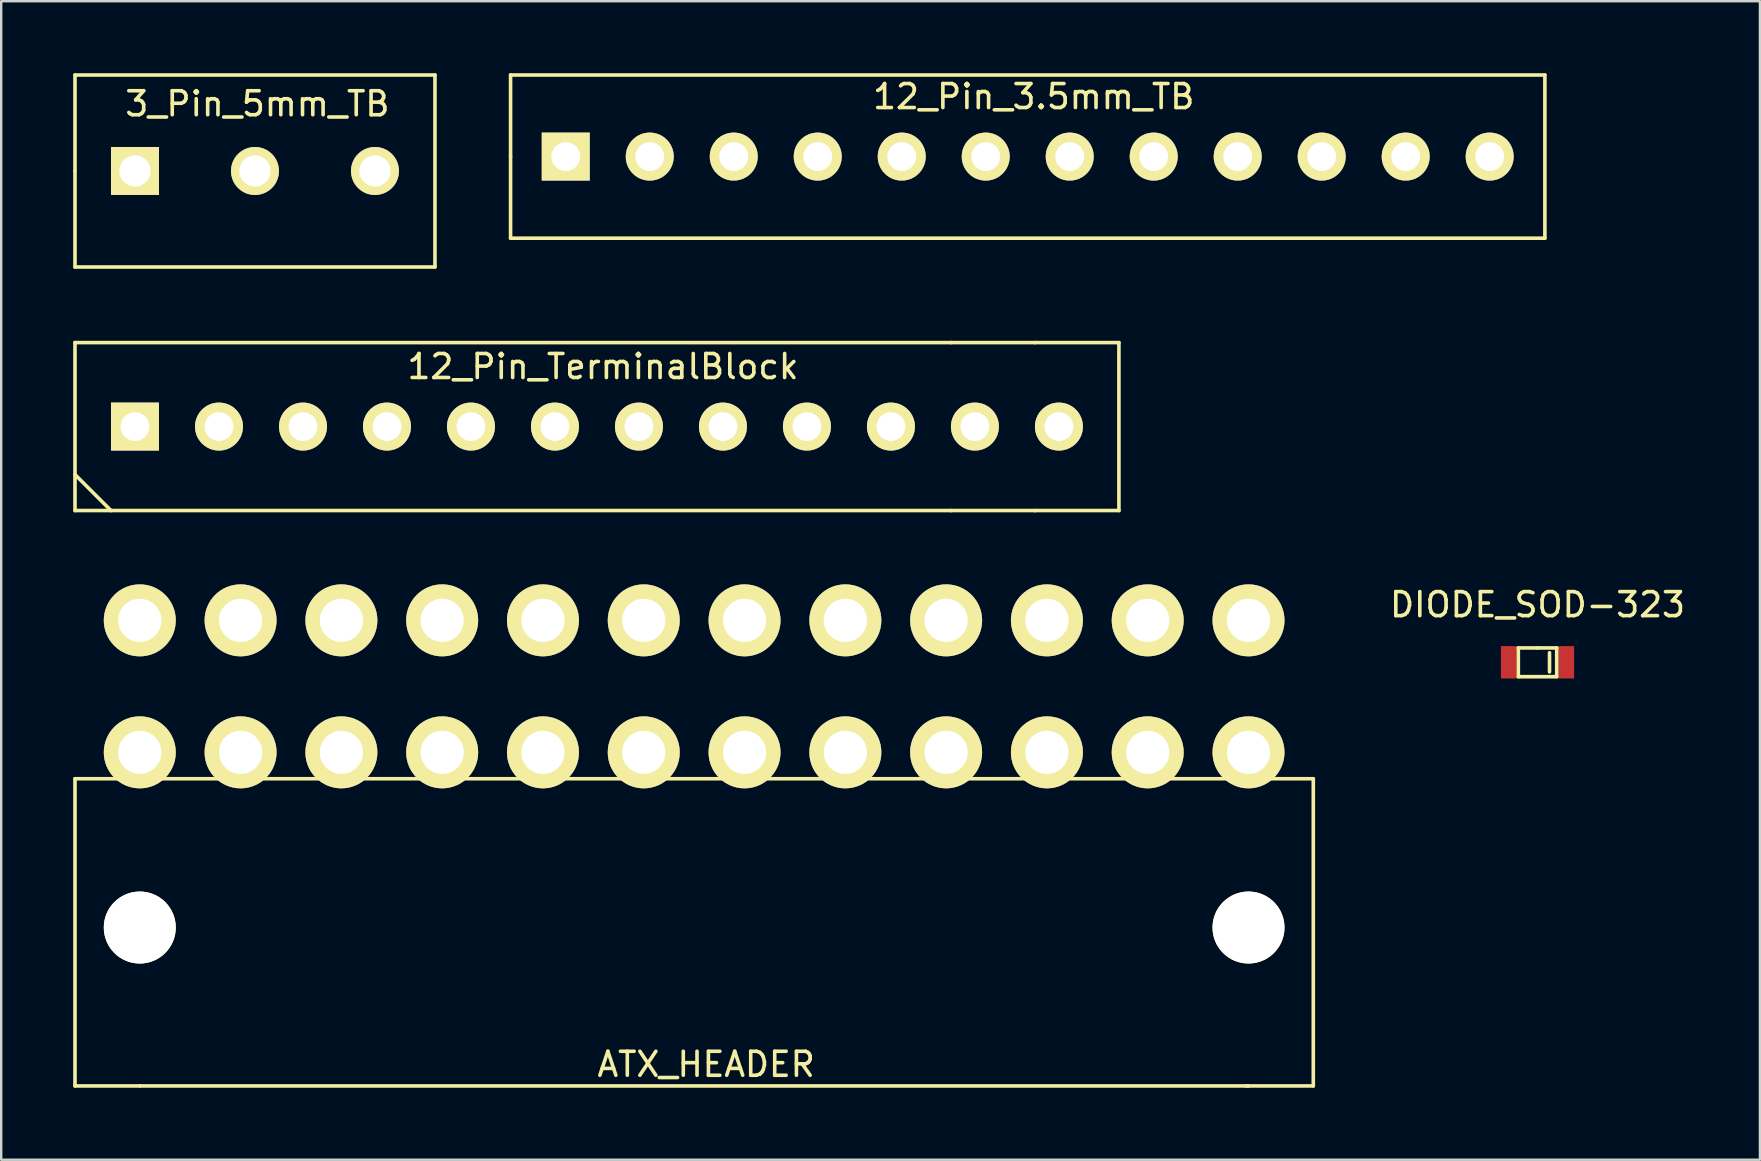
<source format=kicad_pcb>
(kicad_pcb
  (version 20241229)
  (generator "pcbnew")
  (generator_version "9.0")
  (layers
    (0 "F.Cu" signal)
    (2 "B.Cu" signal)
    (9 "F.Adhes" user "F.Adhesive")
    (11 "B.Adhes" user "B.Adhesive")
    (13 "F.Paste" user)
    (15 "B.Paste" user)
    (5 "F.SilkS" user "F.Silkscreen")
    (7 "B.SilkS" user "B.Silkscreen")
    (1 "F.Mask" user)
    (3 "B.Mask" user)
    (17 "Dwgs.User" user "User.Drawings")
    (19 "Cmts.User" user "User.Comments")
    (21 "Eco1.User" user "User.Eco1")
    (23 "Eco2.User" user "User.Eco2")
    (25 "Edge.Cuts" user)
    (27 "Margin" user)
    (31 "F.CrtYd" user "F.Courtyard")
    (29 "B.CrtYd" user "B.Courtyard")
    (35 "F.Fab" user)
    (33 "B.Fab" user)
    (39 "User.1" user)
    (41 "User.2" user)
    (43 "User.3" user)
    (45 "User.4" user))
  (footprint "3_Pin_5mm_TB"
    (layer "F.Cu")
    (at 2.575 4.075)
    (property "Reference" "3_Pin_5mm_TB" (at 5.1 -2.8 0) (layer "F.SilkS") (effects (font (size 1 1) (thickness 0.15))))
    (attr through_hole)
    (fp_line (start -2.5 -4) (end 12.5 -4) (stroke (width 0.15) (type solid)) (layer "F.SilkS"))
    (fp_line (start -2.5 0) (end -2.5 -4) (stroke (width 0.15) (type solid)) (layer "F.SilkS"))
    (fp_line (start -2.5 4) (end -2.5 0) (stroke (width 0.15) (type solid)) (layer "F.SilkS"))
    (fp_line (start 12.5 -4) (end 12.5 4) (stroke (width 0.15) (type solid)) (layer "F.SilkS"))
    (fp_line (start 12.5 4) (end -2.5 4) (stroke (width 0.15) (type solid)) (layer "F.SilkS"))
    (pad "1" thru_hole rect (at 0 0) (size 2 2) (drill 1.3) (layers "*.Cu" "*.Mask" "F.SilkS"))
    (pad "2" thru_hole circle (at 5 0) (size 2 2) (drill 1.3) (layers "*.Cu" "*.Mask" "F.SilkS"))
    (pad "3" thru_hole circle (at 10 0) (size 2 2) (drill 1.3) (layers "*.Cu" "*.Mask" "F.SilkS")))
  (footprint "12_Pin_TerminalBlock"
    (layer "F.Cu")
    (at 2.575 14.725)
    (property "Reference" "12_Pin_TerminalBlock" (at 19.5 -2.5 0) (layer "F.SilkS") (effects (font (size 1 1) (thickness 0.15))))
    (attr through_hole)
    (fp_line (start -2.5 -3.5) (end -2.5 3.5) (stroke (width 0.15) (type solid)) (layer "F.SilkS"))
    (fp_line (start -2.5 2) (end -1 3.5) (stroke (width 0.15) (type solid)) (layer "F.SilkS"))
    (fp_line (start -2.5 3.5) (end 34 3.5) (stroke (width 0.15) (type solid)) (layer "F.SilkS"))
    (fp_line (start 34 -3.5) (end -2.5 -3.5) (stroke (width 0.15) (type solid)) (layer "F.SilkS"))
    (fp_line (start 34 3.5) (end 37.5 3.5) (stroke (width 0.15) (type solid)) (layer "F.SilkS"))
    (fp_line (start 37.5 -3.5) (end 34 -3.5) (stroke (width 0.15) (type solid)) (layer "F.SilkS"))
    (fp_line (start 37.5 -3.5) (end 41 -3.5) (stroke (width 0.15) (type solid)) (layer "F.SilkS"))
    (fp_line (start 41 -3.5) (end 41 3.5) (stroke (width 0.15) (type solid)) (layer "F.SilkS"))
    (fp_line (start 41 3.5) (end 37.5 3.5) (stroke (width 0.15) (type solid)) (layer "F.SilkS"))
    (pad "1" thru_hole rect (at 0 0) (size 2 2) (drill 1.2) (layers "*.Cu" "*.Mask" "F.SilkS"))
    (pad "2" thru_hole circle (at 3.5 0) (size 2 2) (drill 1.2) (layers "*.Cu" "*.Mask" "F.SilkS"))
    (pad "3" thru_hole circle (at 7 0) (size 2 2) (drill 1.2) (layers "*.Cu" "*.Mask" "F.SilkS"))
    (pad "4" thru_hole circle (at 10.5 0) (size 2 2) (drill 1.2) (layers "*.Cu" "*.Mask" "F.SilkS"))
    (pad "5" thru_hole circle (at 14 0) (size 2 2) (drill 1.2) (layers "*.Cu" "*.Mask" "F.SilkS"))
    (pad "6" thru_hole circle (at 17.5 0) (size 2 2) (drill 1.2) (layers "*.Cu" "*.Mask" "F.SilkS"))
    (pad "7" thru_hole circle (at 21 0) (size 2 2) (drill 1.2) (layers "*.Cu" "*.Mask" "F.SilkS"))
    (pad "8" thru_hole circle (at 24.5 0) (size 2 2) (drill 1.2) (layers "*.Cu" "*.Mask" "F.SilkS"))
    (pad "9" thru_hole circle (at 28 0) (size 2 2) (drill 1.2) (layers "*.Cu" "*.Mask" "F.SilkS"))
    (pad "10" thru_hole circle (at 31.5 0) (size 2 2) (drill 1.2) (layers "*.Cu" "*.Mask" "F.SilkS"))
    (pad "11" thru_hole circle (at 35 0) (size 2 2) (drill 1.2) (layers "*.Cu" "*.Mask" "F.SilkS"))
    (pad "12" thru_hole circle (at 38.5 0) (size 2 2) (drill 1.2) (layers "*.Cu" "*.Mask" "F.SilkS")))
  (footprint "12_Pin_3.5mm_TB"
    (layer "F.Cu")
    (at 20.525 3.475)
    (property "Reference" "12_Pin_3.5mm_TB" (at 19.5 -2.5 0) (layer "F.SilkS") (effects (font (size 1 1) (thickness 0.15))))
    (attr through_hole)
    (fp_line (start -2.3 -3.4) (end 40.8 -3.4) (stroke (width 0.15) (type solid)) (layer "F.SilkS"))
    (fp_line (start -2.3 0) (end -2.3 -3.4) (stroke (width 0.15) (type solid)) (layer "F.SilkS"))
    (fp_line (start -2.3 3.4) (end -2.3 0) (stroke (width 0.15) (type solid)) (layer "F.SilkS"))
    (fp_line (start 40.8 -3.4) (end 40.8 3.4) (stroke (width 0.15) (type solid)) (layer "F.SilkS"))
    (fp_line (start 40.8 3.4) (end -2.3 3.4) (stroke (width 0.15) (type solid)) (layer "F.SilkS"))
    (pad "1" thru_hole rect (at 0 0) (size 2 2) (drill 1.2) (layers "*.Cu" "*.Mask" "F.SilkS"))
    (pad "2" thru_hole circle (at 3.5 0) (size 2 2) (drill 1.2) (layers "*.Cu" "*.Mask" "F.SilkS"))
    (pad "3" thru_hole circle (at 7 0) (size 2 2) (drill 1.2) (layers "*.Cu" "*.Mask" "F.SilkS"))
    (pad "4" thru_hole circle (at 10.5 0) (size 2 2) (drill 1.2) (layers "*.Cu" "*.Mask" "F.SilkS"))
    (pad "5" thru_hole circle (at 14 0) (size 2 2) (drill 1.2) (layers "*.Cu" "*.Mask" "F.SilkS"))
    (pad "6" thru_hole circle (at 17.5 0) (size 2 2) (drill 1.2) (layers "*.Cu" "*.Mask" "F.SilkS"))
    (pad "7" thru_hole circle (at 21 0) (size 2 2) (drill 1.2) (layers "*.Cu" "*.Mask" "F.SilkS"))
    (pad "8" thru_hole circle (at 24.5 0) (size 2 2) (drill 1.2) (layers "*.Cu" "*.Mask" "F.SilkS"))
    (pad "9" thru_hole circle (at 28 0) (size 2 2) (drill 1.2) (layers "*.Cu" "*.Mask" "F.SilkS"))
    (pad "10" thru_hole circle (at 31.5 0) (size 2 2) (drill 1.2) (layers "*.Cu" "*.Mask" "F.SilkS"))
    (pad "11" thru_hole circle (at 35 0) (size 2 2) (drill 1.2) (layers "*.Cu" "*.Mask" "F.SilkS"))
    (pad "12" thru_hole circle (at 38.5 0) (size 2 2) (drill 1.2) (layers "*.Cu" "*.Mask" "F.SilkS")))
  (footprint "ATX_HEADER"
    (layer "F.Cu")
    (at 2.775 35.6)
    (property "Reference" "ATX_HEADER" (at 23.6 5.7 0) (layer "F.SilkS") (effects (font (size 1 1) (thickness 0.15))))
    (attr through_hole)
    (fp_line (start -2.7 -6.2) (end 48.9 -6.2) (stroke (width 0.15) (type solid)) (layer "F.SilkS"))
    (fp_line (start -2.7 6.6) (end -2.7 -6.2) (stroke (width 0.15) (type solid)) (layer "F.SilkS"))
    (fp_line (start 0 6.6) (end -2.7 6.6) (stroke (width 0.15) (type solid)) (layer "F.SilkS"))
    (fp_line (start 46.2 6.6) (end 0 6.6) (stroke (width 0.15) (type solid)) (layer "F.SilkS"))
    (fp_line (start 48.9 -6.2) (end 48.9 6.6) (stroke (width 0.15) (type solid)) (layer "F.SilkS"))
    (fp_line (start 48.9 6.6) (end 46.1 6.6) (stroke (width 0.15) (type solid)) (layer "F.SilkS"))
    (pad "" np_thru_hole circle (at 0 0) (size 3 3) (drill 3) (layers "*.Cu" "*.Mask" "F.SilkS"))
    (pad "" np_thru_hole circle (at 46.2 0) (size 3 3) (drill 3) (layers "*.Cu" "*.Mask" "F.SilkS"))
    (pad "1" thru_hole circle (at 46.2 -7.3) (size 3 3) (drill 1.8) (layers "*.Cu" "*.Mask" "F.SilkS"))
    (pad "2" thru_hole circle (at 42 -7.3) (size 3 3) (drill 1.8) (layers "*.Cu" "*.Mask" "F.SilkS"))
    (pad "3" thru_hole circle (at 37.8 -7.3) (size 3 3) (drill 1.8) (layers "*.Cu" "*.Mask" "F.SilkS"))
    (pad "4" thru_hole circle (at 33.6 -7.3) (size 3 3) (drill 1.8) (layers "*.Cu" "*.Mask" "F.SilkS"))
    (pad "5" thru_hole circle (at 29.4 -7.3) (size 3 3) (drill 1.8) (layers "*.Cu" "*.Mask" "F.SilkS"))
    (pad "6" thru_hole circle (at 25.2 -7.3) (size 3 3) (drill 1.8) (layers "*.Cu" "*.Mask" "F.SilkS"))
    (pad "7" thru_hole circle (at 21 -7.3) (size 3 3) (drill 1.8) (layers "*.Cu" "*.Mask" "F.SilkS"))
    (pad "8" thru_hole circle (at 16.8 -7.3) (size 3 3) (drill 1.8) (layers "*.Cu" "*.Mask" "F.SilkS"))
    (pad "9" thru_hole circle (at 12.6 -7.3) (size 3 3) (drill 1.8) (layers "*.Cu" "*.Mask" "F.SilkS"))
    (pad "10" thru_hole circle (at 8.4 -7.3) (size 3 3) (drill 1.8) (layers "*.Cu" "*.Mask" "F.SilkS"))
    (pad "11" thru_hole circle (at 4.2 -7.3) (size 3 3) (drill 1.8) (layers "*.Cu" "*.Mask" "F.SilkS"))
    (pad "12" thru_hole circle (at 0 -7.3) (size 3 3) (drill 1.8) (layers "*.Cu" "*.Mask" "F.SilkS"))
    (pad "13" thru_hole circle (at 46.2 -12.8) (size 3 3) (drill 1.8) (layers "*.Cu" "*.Mask" "F.SilkS"))
    (pad "14" thru_hole circle (at 42 -12.8) (size 3 3) (drill 1.8) (layers "*.Cu" "*.Mask" "F.SilkS"))
    (pad "15" thru_hole circle (at 37.8 -12.8) (size 3 3) (drill 1.8) (layers "*.Cu" "*.Mask" "F.SilkS"))
    (pad "16" thru_hole circle (at 33.6 -12.8) (size 3 3) (drill 1.8) (layers "*.Cu" "*.Mask" "F.SilkS"))
    (pad "17" thru_hole circle (at 29.4 -12.8) (size 3 3) (drill 1.8) (layers "*.Cu" "*.Mask" "F.SilkS"))
    (pad "18" thru_hole circle (at 25.2 -12.8) (size 3 3) (drill 1.8) (layers "*.Cu" "*.Mask" "F.SilkS"))
    (pad "19" thru_hole circle (at 21 -12.8) (size 3 3) (drill 1.8) (layers "*.Cu" "*.Mask" "F.SilkS"))
    (pad "20" thru_hole circle (at 16.8 -12.8) (size 3 3) (drill 1.8) (layers "*.Cu" "*.Mask" "F.SilkS"))
    (pad "21" thru_hole circle (at 12.6 -12.8) (size 3 3) (drill 1.8) (layers "*.Cu" "*.Mask" "F.SilkS"))
    (pad "22" thru_hole circle (at 8.4 -12.8) (size 3 3) (drill 1.8) (layers "*.Cu" "*.Mask" "F.SilkS"))
    (pad "23" thru_hole circle (at 4.2 -12.8) (size 3 3) (drill 1.8) (layers "*.Cu" "*.Mask" "F.SilkS"))
    (pad "24" thru_hole circle (at 0 -12.8) (size 3 3) (drill 1.8) (layers "*.Cu" "*.Mask" "F.SilkS")))
  (footprint "DIODE_SOD-323"
    (layer "F.Cu")
    (at 61.018 24.548)
    (property "Reference" "DIODE_SOD-323" (at 0 -2.4 0) (layer "F.SilkS") (effects (font (size 1 1) (thickness 0.15))))
    (attr through_hole)
    (fp_line (start -0.8 -0.6) (end 0 -0.6) (stroke (width 0.15) (type solid)) (layer "F.SilkS"))
    (fp_line (start -0.8 0.6) (end -0.8 -0.6) (stroke (width 0.15) (type solid)) (layer "F.SilkS"))
    (fp_line (start 0 -0.6) (end 0.8 -0.6) (stroke (width 0.15) (type solid)) (layer "F.SilkS"))
    (fp_line (start 0.5 0.4) (end 0.5 -0.4) (stroke (width 0.15) (type solid)) (layer "F.SilkS"))
    (fp_line (start 0.8 -0.6) (end 0.8 0.6) (stroke (width 0.15) (type solid)) (layer "F.SilkS"))
    (fp_line (start 0.8 0.6) (end -0.8 0.6) (stroke (width 0.15) (type solid)) (layer "F.SilkS"))
    (pad "1" smd rect (at -1.2 0) (size 0.65 1.35) (layers "F.Cu" "F.Mask" "F.Paste"))
    (pad "2" smd rect (at 1.2 0) (size 0.65 1.35) (layers "F.Cu" "F.Mask" "F.Paste")))
  (gr_rect
    (start -3 -3)
    (end 70.286 45.275)
    (stroke (width 0.1) (type default))
    (fill no)
    (layer "Edge.Cuts")))
</source>
